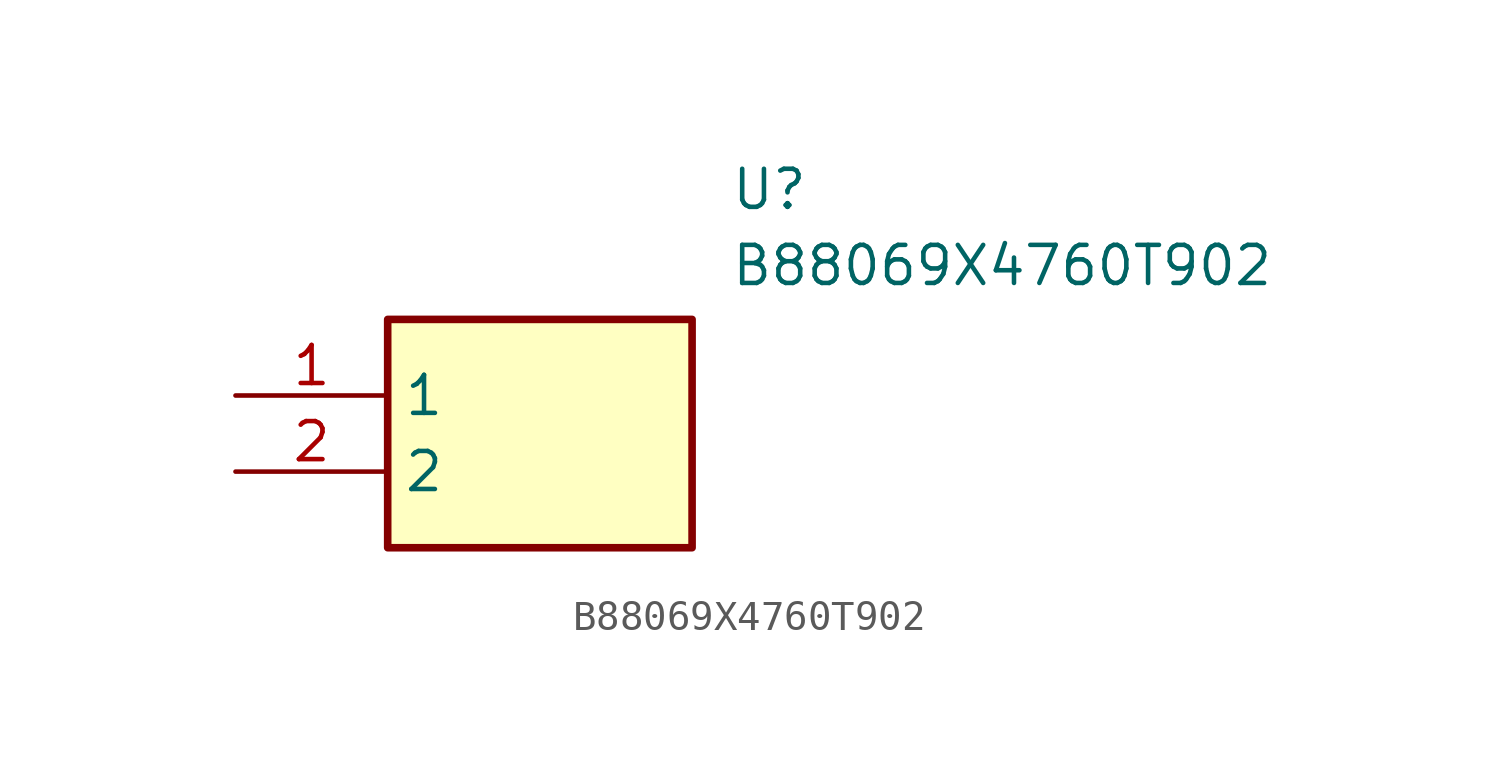
<source format=kicad_sym>
(kicad_symbol_lib
  (version 20211014)
  (generator SamacSys_ECAD_Model)
  (symbol "B88069X4760T902"
    (property "Reference" "U"
      (at 16.51 7.62 0)
      (effects (font (size 1.27 1.27)) (justify left top)))
    (property "Value" "B88069X4760T902"
      (at 16.51 5.08 0)
      (effects (font (size 1.27 1.27)) (justify left top)))
    (rectangle
      (start 5.08 2.54)
      (end 15.24 -5.08)
      (stroke (width 0.254) (type default))
      (fill (type background)))
    (pin passive line
      (at 0 0 0)
      (length 5.08)
      (name "1" (effects (font (size 1.27 1.27))))
      (number "1" (effects (font (size 1.27 1.27)))))
    (pin passive line
      (at 0 -2.54 0)
      (length 5.08)
      (name "2" (effects (font (size 1.27 1.27))))
      (number "2" (effects (font (size 1.27 1.27)))))))
</source>
